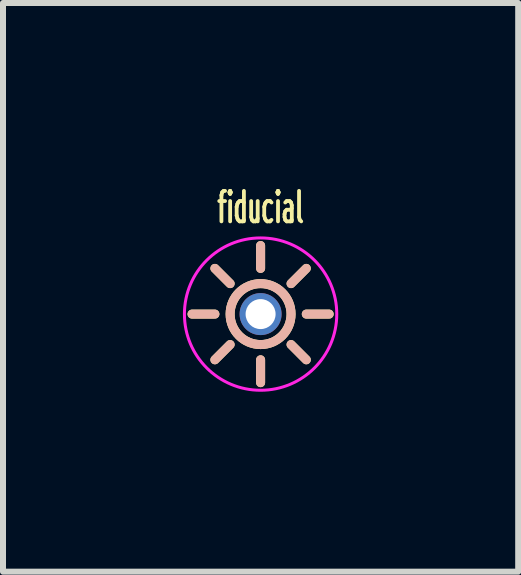
<source format=kicad_pcb>
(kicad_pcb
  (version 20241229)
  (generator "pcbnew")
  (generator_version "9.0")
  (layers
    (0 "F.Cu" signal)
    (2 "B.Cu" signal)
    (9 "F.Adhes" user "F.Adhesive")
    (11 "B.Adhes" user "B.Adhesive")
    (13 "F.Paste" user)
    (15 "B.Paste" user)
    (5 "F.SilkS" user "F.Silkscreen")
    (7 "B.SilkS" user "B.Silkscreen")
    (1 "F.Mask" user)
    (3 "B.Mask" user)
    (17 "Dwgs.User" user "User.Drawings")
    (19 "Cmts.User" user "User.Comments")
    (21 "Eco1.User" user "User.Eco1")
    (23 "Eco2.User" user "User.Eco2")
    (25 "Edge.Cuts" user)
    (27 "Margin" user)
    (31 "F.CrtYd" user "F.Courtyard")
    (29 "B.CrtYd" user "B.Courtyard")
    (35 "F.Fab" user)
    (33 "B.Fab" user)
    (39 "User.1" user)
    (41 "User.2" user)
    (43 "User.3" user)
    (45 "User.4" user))
  (footprint "fiducial"
    (layer "F.Cu")
    (at 1.295 2.187)
    (property "Reference" "fiducial" (at 0 -1.778 0) (layer "F.SilkS") (effects (font (size 0.508 0.254) (thickness 0.064))))
    (attr through_hole)
    (fp_line (start -0.762 0) (end -1.143 0) (stroke (width 0.15) (type solid)) (layer "F.SilkS"))
    (fp_line (start -0.508 -0.508) (end -0.762 -0.762) (stroke (width 0.15) (type solid)) (layer "F.SilkS"))
    (fp_line (start -0.508 0.508) (end -0.762 0.762) (stroke (width 0.15) (type solid)) (layer "F.SilkS"))
    (fp_line (start 0 -0.762) (end 0 -1.143) (stroke (width 0.15) (type solid)) (layer "F.SilkS"))
    (fp_line (start 0 0.762) (end 0 1.143) (stroke (width 0.15) (type solid)) (layer "F.SilkS"))
    (fp_line (start 0.508 -0.508) (end 0.762 -0.762) (stroke (width 0.15) (type solid)) (layer "F.SilkS"))
    (fp_line (start 0.508 0.508) (end 0.762 0.762) (stroke (width 0.15) (type solid)) (layer "F.SilkS"))
    (fp_line (start 0.762 0) (end 1.143 0) (stroke (width 0.15) (type solid)) (layer "F.SilkS"))
    (fp_circle (center 0 0) (end 0.508 0) (stroke (width 0.15) (type solid)) (fill no) (layer "F.SilkS"))
    (fp_line (start -0.762 0) (end -1.143 0) (stroke (width 0.15) (type solid)) (layer "B.SilkS"))
    (fp_line (start -0.508 -0.508) (end -0.762 -0.762) (stroke (width 0.15) (type solid)) (layer "B.SilkS"))
    (fp_line (start -0.508 0.508) (end -0.762 0.762) (stroke (width 0.15) (type solid)) (layer "B.SilkS"))
    (fp_line (start 0 -0.762) (end 0 -1.143) (stroke (width 0.15) (type solid)) (layer "B.SilkS"))
    (fp_line (start 0 0.762) (end 0 1.143) (stroke (width 0.15) (type solid)) (layer "B.SilkS"))
    (fp_line (start 0.508 -0.508) (end 0.762 -0.762) (stroke (width 0.15) (type solid)) (layer "B.SilkS"))
    (fp_line (start 0.508 0.508) (end 0.762 0.762) (stroke (width 0.15) (type solid)) (layer "B.SilkS"))
    (fp_line (start 0.762 0) (end 1.143 0) (stroke (width 0.15) (type solid)) (layer "B.SilkS"))
    (fp_circle (center 0 0) (end 0.508 0) (stroke (width 0.15) (type solid)) (fill no) (layer "B.SilkS"))
    (fp_circle (center 0 0) (end 1.27 0) (stroke (width 0.05) (type solid)) (fill no) (layer "F.CrtYd"))
    (pad "1" thru_hole circle (at 0 0) (size 0.7 0.7) (drill 0.5) (layers "*.Cu" "*.Mask")))
  (gr_rect
    (start -3 -3)
    (end 5.59 6.482)
    (stroke (width 0.1) (type default))
    (fill no)
    (layer "Edge.Cuts")))
</source>
